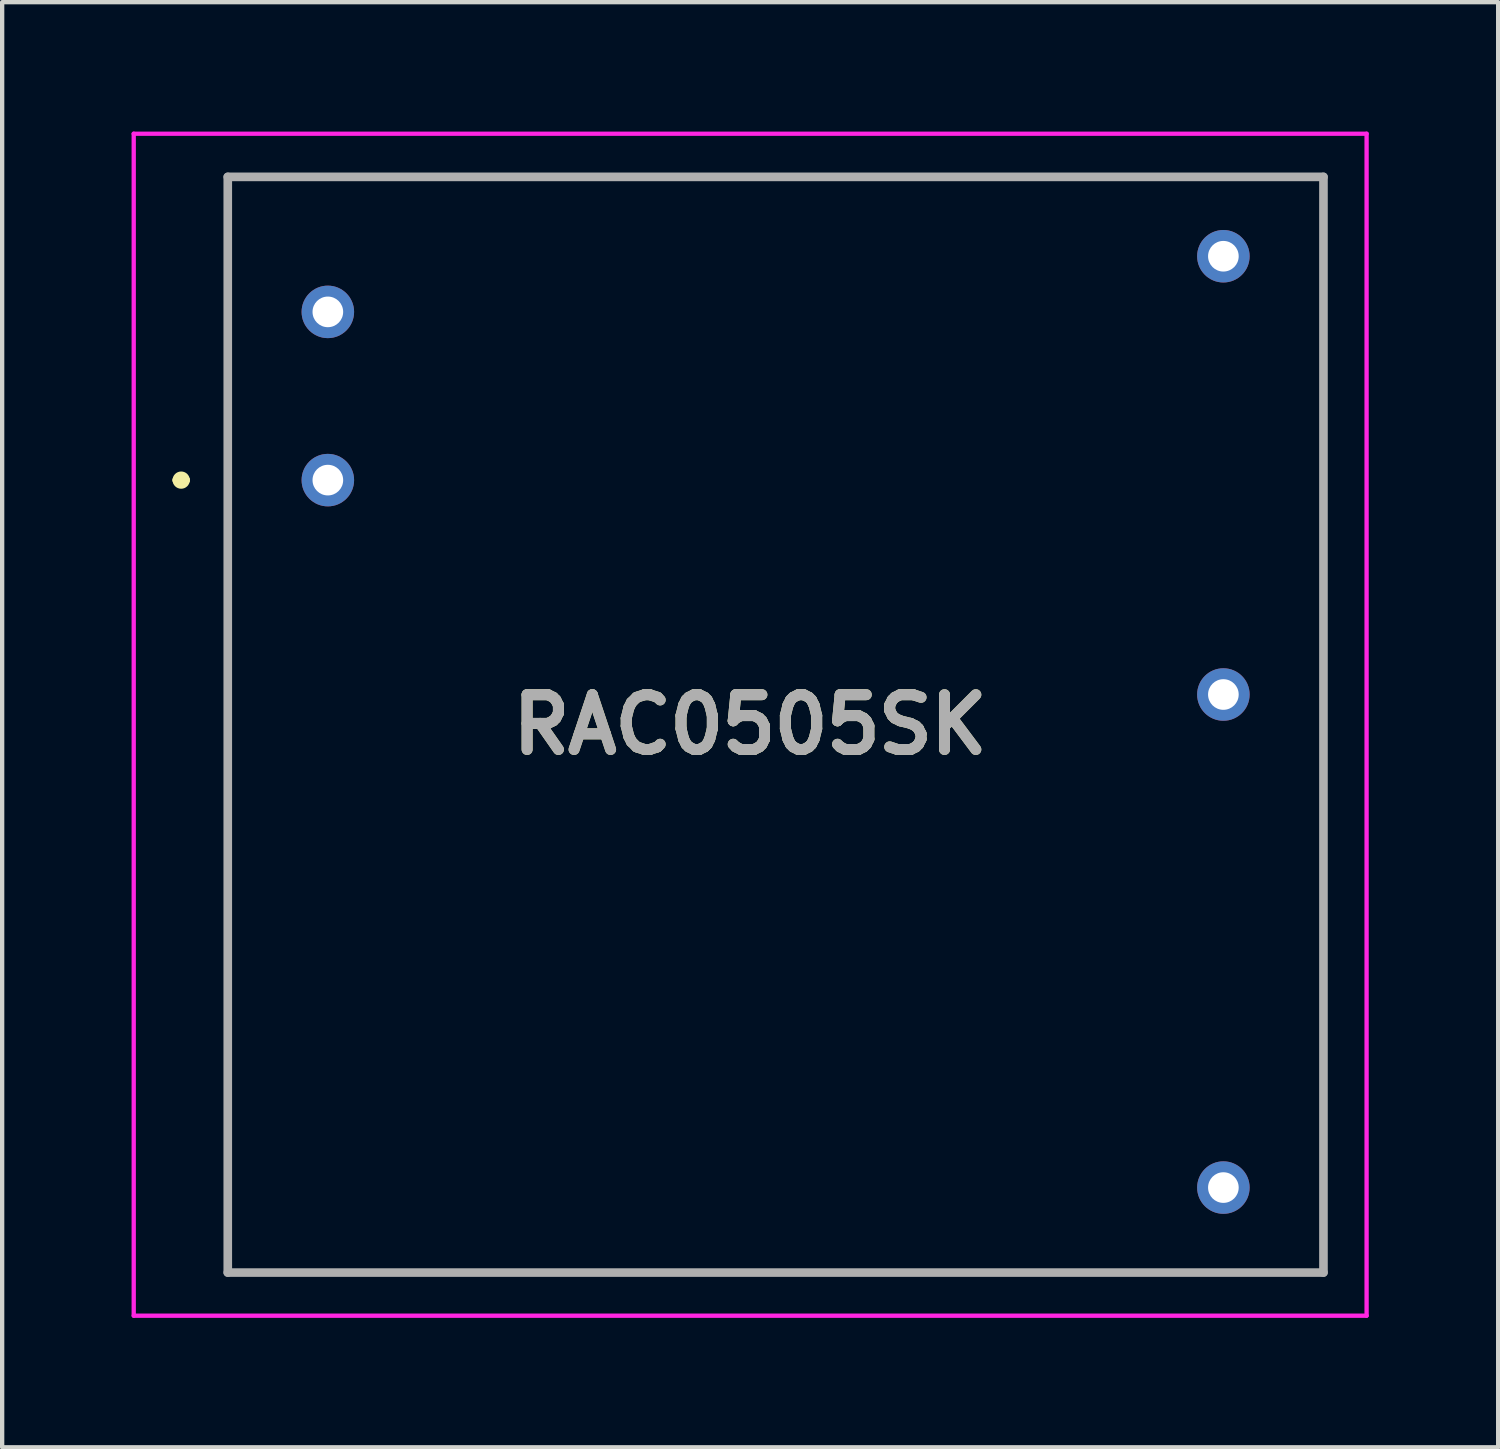
<source format=kicad_pcb>
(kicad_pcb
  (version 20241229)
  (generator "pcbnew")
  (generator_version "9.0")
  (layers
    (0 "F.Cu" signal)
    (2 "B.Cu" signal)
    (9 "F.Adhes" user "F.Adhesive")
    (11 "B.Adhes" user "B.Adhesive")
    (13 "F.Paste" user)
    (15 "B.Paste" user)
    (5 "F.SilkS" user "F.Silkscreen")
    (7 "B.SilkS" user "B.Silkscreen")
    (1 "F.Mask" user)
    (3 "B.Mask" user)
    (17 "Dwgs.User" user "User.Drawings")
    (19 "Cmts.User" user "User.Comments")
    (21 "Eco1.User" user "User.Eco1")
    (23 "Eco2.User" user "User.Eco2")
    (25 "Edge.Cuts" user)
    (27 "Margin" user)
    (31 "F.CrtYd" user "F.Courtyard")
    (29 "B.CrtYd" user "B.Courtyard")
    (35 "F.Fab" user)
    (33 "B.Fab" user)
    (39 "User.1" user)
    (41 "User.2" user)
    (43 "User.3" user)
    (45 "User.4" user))
  (footprint "RAC0505SK"
    (layer "F.Cu")
    (at 4.55 8.08)
    (property "Reference" "RAC0505SK" (at 9.79 5.67 0) (layer "F.SilkS") (effects (font (size 1.27 1.27) (thickness 0.254))))
    (attr through_hole)
    (fp_line (start -3.5 0) (end -3.5 0) (stroke (width 0.2) (type solid)) (layer "F.SilkS"))
    (fp_line (start -3.3 0) (end -3.3 0) (stroke (width 0.2) (type solid)) (layer "F.SilkS"))
    (fp_line (start -2.32 -7.03) (end -2.32 18.37) (stroke (width 0.1) (type solid)) (layer "F.SilkS"))
    (fp_line (start -2.32 18.37) (end 23.08 18.37) (stroke (width 0.1) (type solid)) (layer "F.SilkS"))
    (fp_line (start 23.08 -7.03) (end -2.32 -7.03) (stroke (width 0.1) (type solid)) (layer "F.SilkS"))
    (fp_line (start 23.08 18.37) (end 23.08 -7.03) (stroke (width 0.1) (type solid)) (layer "F.SilkS"))
    (fp_arc (start -3.5 0) (mid -3.4 -0.1) (end -3.3 0) (stroke (width 0.2) (type solid)) (layer "F.SilkS"))
    (fp_arc (start -3.3 0) (mid -3.4 0.1) (end -3.5 0) (stroke (width 0.2) (type solid)) (layer "F.SilkS"))
    (fp_line (start -4.5 -8.03) (end -4.5 19.37) (stroke (width 0.1) (type solid)) (layer "F.CrtYd"))
    (fp_line (start -4.5 19.37) (end 24.08 19.37) (stroke (width 0.1) (type solid)) (layer "F.CrtYd"))
    (fp_line (start 24.08 -8.03) (end -4.5 -8.03) (stroke (width 0.1) (type solid)) (layer "F.CrtYd"))
    (fp_line (start 24.08 19.37) (end 24.08 -8.03) (stroke (width 0.1) (type solid)) (layer "F.CrtYd"))
    (fp_line (start -2.32 -7.03) (end -2.32 18.37) (stroke (width 0.2) (type solid)) (layer "F.Fab"))
    (fp_line (start -2.32 18.37) (end 23.08 18.37) (stroke (width 0.2) (type solid)) (layer "F.Fab"))
    (fp_line (start 23.08 -7.03) (end -2.32 -7.03) (stroke (width 0.2) (type solid)) (layer "F.Fab"))
    (fp_line (start 23.08 18.37) (end 23.08 -7.03) (stroke (width 0.2) (type solid)) (layer "F.Fab"))
    (fp_text user "${REFERENCE}" (at 9.79 5.67 0) (layer "F.Fab") (effects (font (size 1.27 1.27) (thickness 0.254))))
    (pad "1" thru_hole circle (at 0 0) (size 1.217 1.217) (drill 0.71) (layers "*.Cu" "*.Mask"))
    (pad "2" thru_hole circle (at 0 -3.9) (size 1.217 1.217) (drill 0.71) (layers "*.Cu" "*.Mask"))
    (pad "3" thru_hole circle (at 20.76 16.4) (size 1.217 1.217) (drill 0.71) (layers "*.Cu" "*.Mask"))
    (pad "4" thru_hole circle (at 20.76 4.97) (size 1.217 1.217) (drill 0.71) (layers "*.Cu" "*.Mask"))
    (pad "5" thru_hole circle (at 20.76 -5.19) (size 1.217 1.217) (drill 0.71) (layers "*.Cu" "*.Mask")))
  (gr_rect
    (start -3 -3)
    (end 31.68 30.5)
    (stroke (width 0.1) (type default))
    (fill no)
    (layer "Edge.Cuts")))
</source>
